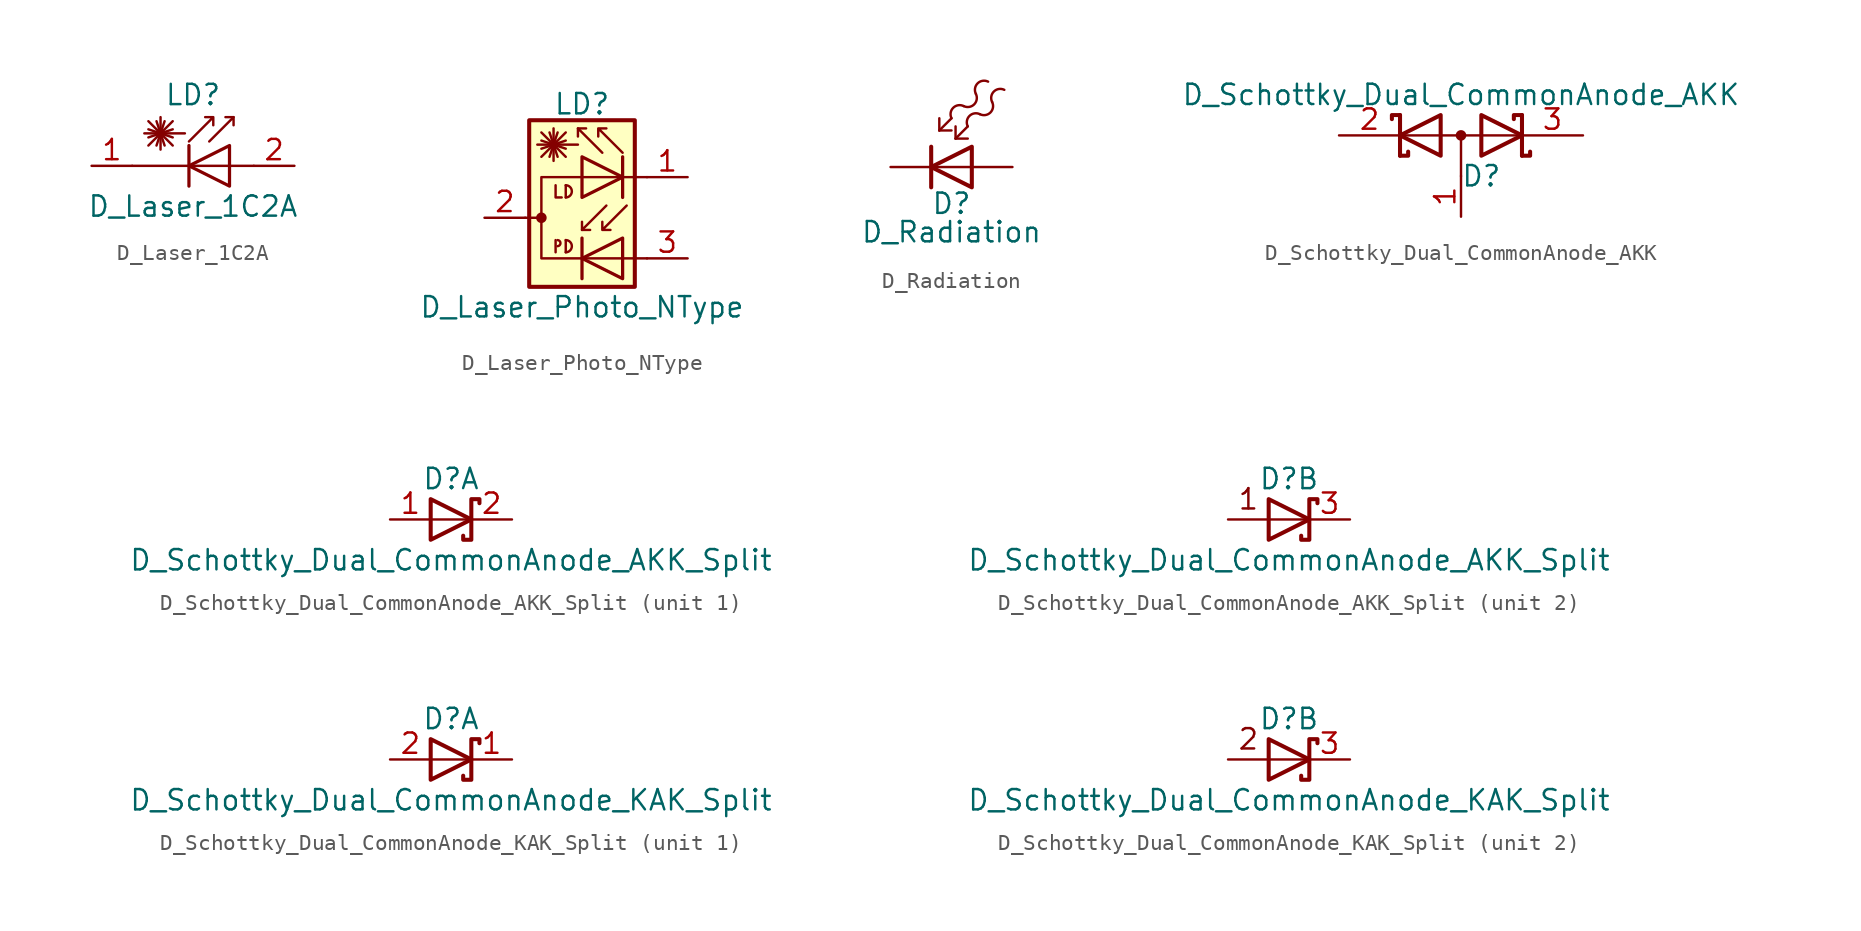
<source format=kicad_sym>
(kicad_symbol_lib
  (version 20220914)
  (generator kicad_symbol_editor)
  (symbol "D_Laser_1C2A"
    (pin_names
      (offset 1.016) hide)
    (property "Reference" "LD"
      (at -1.27 4.445 0)
      (effects (font (size 1.27 1.27))))
    (property "Value" "D_Laser_1C2A"
      (at -1.27 -2.54 0)
      (effects (font (size 1.27 1.27))))
    (symbol "D_Laser_1C2A_0_1"
      (polyline (pts (xy -4.064 1.27) (xy -2.54 2.794)) (stroke (width 0) (type default)) (fill (type none)))
      (polyline (pts (xy -4.064 1.778) (xy -2.54 2.286)) (stroke (width 0) (type default)) (fill (type none)))
      (polyline (pts (xy -4.064 2.286) (xy -2.54 1.778)) (stroke (width 0) (type default)) (fill (type none)))
      (polyline (pts (xy -4.064 2.794) (xy -2.54 1.27)) (stroke (width 0) (type default)) (fill (type none)))
      (polyline (pts (xy -3.556 2.794) (xy -3.048 1.27)) (stroke (width 0) (type default)) (fill (type none)))
      (polyline (pts (xy -3.302 2.032) (xy -3.302 1.016)) (stroke (width 0) (type default)) (fill (type none)))
      (polyline (pts (xy -3.302 2.032) (xy -3.302 3.048)) (stroke (width 0) (type default)) (fill (type none)))
      (polyline (pts (xy -3.048 2.794) (xy -3.556 1.27)) (stroke (width 0) (type default)) (fill (type none)))
      (polyline (pts (xy -1.778 2.032) (xy -4.318 2.032)) (stroke (width 0) (type default)) (fill (type none)))
      (polyline (pts (xy -1.524 1.27) (xy -1.524 -1.27)) (stroke (width 0.203) (type default)) (fill (type none)))
      (polyline (pts (xy 1.27 3.048) (xy 0.762 3.048)) (stroke (width 0) (type default)) (fill (type none)))
      (polyline (pts (xy 2.54 0) (xy -5.08 0)) (stroke (width 0) (type default)) (fill (type none)))
      (polyline (pts (xy -0.254 1.524) (xy 1.27 3.048) (xy 1.27 2.54)) (stroke (width 0) (type default)) (fill (type none)))
      (polyline (pts (xy 1.016 1.27) (xy 1.016 -1.27) (xy -1.524 0) (xy 1.016 1.27)) (stroke (width 0.203) (type default)) (fill (type none)))
      (polyline (pts (xy -1.524 1.524) (xy 0 3.048) (xy 0 2.54) (xy 0 3.048) (xy -0.508 3.048)) (stroke (width 0) (type default)) (fill (type none))))
    (symbol "D_Laser_1C2A_1_1"
      (pin passive line (at -7.62 0 0) (length 2.54) (name "K" (effects (font (size 1.27 1.27)))) (number "1" (effects (font (size 1.27 1.27)))))
      (pin passive line (at 5.08 0 180) (length 2.54) (name "A" (effects (font (size 1.27 1.27)))) (number "2" (effects (font (size 1.27 1.27)))))))
  (symbol "D_Laser_Photo_NType"
    (pin_names hide)
    (property "Reference" "LD"
      (at 1.016 7.112 0)
      (effects (font (size 1.27 1.27))))
    (property "Value" "D_Laser_Photo_NType"
      (at 1.016 -5.588 0)
      (effects (font (size 1.27 1.27))))
    (symbol "D_Laser_Photo_NType_0_1"
      (circle (center -1.524 0) (radius 0.254) (stroke (width 0) (type default)) (fill (type outline)))
      (arc (start -0.508 -1.778) (mid -0.3302 -1.6002) (end -0.508 -1.397) (stroke (width 0) (type default)) (fill (type none)))
      (arc (start 0 -2.159) (mid 0.3794 -1.778) (end 0 -1.397) (stroke (width 0) (type default)) (fill (type none)))
      (polyline (pts (xy -2.54 0) (xy -1.524 0)) (stroke (width 0) (type default)) (fill (type none)))
      (polyline (pts (xy -1.524 3.81) (xy 0 5.334)) (stroke (width 0) (type default)) (fill (type none)))
      (polyline (pts (xy -1.524 4.318) (xy 0 4.826)) (stroke (width 0) (type default)) (fill (type none)))
      (polyline (pts (xy -1.524 4.826) (xy 0 4.318)) (stroke (width 0) (type default)) (fill (type none)))
      (polyline (pts (xy -1.524 5.334) (xy 0 3.81)) (stroke (width 0) (type default)) (fill (type none)))
      (polyline (pts (xy -1.016 5.334) (xy -0.508 3.81)) (stroke (width 0) (type default)) (fill (type none)))
      (polyline (pts (xy -0.762 4.572) (xy -0.762 3.556)) (stroke (width 0) (type default)) (fill (type none)))
      (polyline (pts (xy -0.762 4.572) (xy -0.762 5.588)) (stroke (width 0) (type default)) (fill (type none)))
      (polyline (pts (xy -0.635 -1.397) (xy -0.635 -2.159)) (stroke (width 0) (type default)) (fill (type none)))
      (polyline (pts (xy -0.508 5.334) (xy -1.016 3.81)) (stroke (width 0) (type default)) (fill (type none)))
      (polyline (pts (xy 0 -1.397) (xy 0 -2.159)) (stroke (width 0) (type default)) (fill (type none)))
      (polyline (pts (xy 0 2.032) (xy 0 1.27)) (stroke (width 0) (type default)) (fill (type none)))
      (polyline (pts (xy 0.762 4.572) (xy -1.778 4.572)) (stroke (width 0) (type default)) (fill (type none)))
      (polyline (pts (xy 0.762 5.588) (xy 1.27 5.588)) (stroke (width 0) (type default)) (fill (type none)))
      (polyline (pts (xy 1.016 -1.27) (xy 1.016 -3.81)) (stroke (width 0.203) (type default)) (fill (type none)))
      (polyline (pts (xy 1.016 -0.762) (xy 1.524 -0.762)) (stroke (width 0) (type default)) (fill (type none)))
      (polyline (pts (xy 3.556 3.81) (xy 3.556 1.27)) (stroke (width 0.203) (type default)) (fill (type none)))
      (polyline (pts (xy -0.635 2.032) (xy -0.635 1.27) (xy -0.254 1.27)) (stroke (width 0) (type default)) (fill (type none)))
      (polyline (pts (xy 2.286 4.064) (xy 0.762 5.588) (xy 0.762 5.08)) (stroke (width 0) (type default)) (fill (type none)))
      (polyline (pts (xy 2.54 0.762) (xy 1.016 -0.762) (xy 1.016 -0.254)) (stroke (width 0) (type default)) (fill (type none)))
      (polyline (pts (xy 3.556 -1.27) (xy 3.556 -3.81) (xy 1.016 -2.54) (xy 3.556 -1.27)) (stroke (width 0.203) (type default)) (fill (type none)))
      (polyline (pts (xy 5.08 2.54) (xy -1.524 2.54) (xy -1.524 -2.54) (xy 5.08 -2.54)) (stroke (width 0) (type default)) (fill (type none)))
      (polyline (pts (xy 3.556 4.064) (xy 2.032 5.588) (xy 2.032 5.08) (xy 2.032 5.588) (xy 2.54 5.588)) (stroke (width 0) (type default)) (fill (type none)))
      (polyline (pts (xy 3.81 0.762) (xy 2.286 -0.762) (xy 2.286 -0.254) (xy 2.286 -0.762) (xy 2.794 -0.762)) (stroke (width 0) (type default)) (fill (type none)))
      (arc (start 0 1.27) (mid 0.3794 1.651) (end 0 2.032) (stroke (width 0) (type default)) (fill (type none)))
      (rectangle (start 4.318 6.096) (end -2.286 -4.318) (stroke (width 0.254) (type default)) (fill (type background))))
    (symbol "D_Laser_Photo_NType_1_1"
      (polyline (pts (xy 1.016 3.81) (xy 1.016 1.27) (xy 3.556 2.54) (xy 1.016 3.81)) (stroke (width 0.203) (type default)) (fill (type none)))
      (pin passive line (at 7.62 2.54 180) (length 2.54) (name "~" (effects (font (size 1.27 1.27)))) (number "1" (effects (font (size 1.27 1.27)))))
      (pin passive line (at -5.08 0 0) (length 2.54) (name "~" (effects (font (size 1.27 1.27)))) (number "2" (effects (font (size 1.27 1.27)))))
      (pin passive line (at 7.62 -2.54 180) (length 2.54) (name "~" (effects (font (size 1.27 1.27)))) (number "3" (effects (font (size 1.27 1.27)))))))
  (symbol "D_Radiation"
    (pin_numbers hide)
    (pin_names
      (offset 1.016) hide)
    (property "Reference" "D"
      (at -1.27 -2.286 0)
      (effects (font (size 1.27 1.27))))
    (property "Value" "D_Radiation"
      (at -1.27 -4.064 0)
      (effects (font (size 1.27 1.27))))
    (symbol "D_Radiation_0_1"
      (arc (start -0.508 3.81) (mid -1.1636 3.7036) (end -1.27 3.048) (stroke (width 0) (type default)) (fill (type none)))
      (arc (start -0.508 3.81) (mid 0.1476 3.9164) (end 0.254 4.572) (stroke (width 0) (type default)) (fill (type none)))
      (polyline (pts (xy -2.54 1.27) (xy -2.54 -1.27)) (stroke (width 0.254) (type default)) (fill (type none)))
      (polyline (pts (xy -2.032 2.286) (xy -1.27 2.286)) (stroke (width 0) (type default)) (fill (type none)))
      (polyline (pts (xy -2.032 2.286) (xy -1.27 3.048)) (stroke (width 0) (type default)) (fill (type none)))
      (polyline (pts (xy -2.032 3.048) (xy -2.032 2.286)) (stroke (width 0) (type default)) (fill (type none)))
      (polyline (pts (xy -1.016 1.778) (xy -0.254 1.778)) (stroke (width 0) (type default)) (fill (type none)))
      (polyline (pts (xy -1.016 1.778) (xy -0.254 2.54)) (stroke (width 0) (type default)) (fill (type none)))
      (polyline (pts (xy -1.016 2.54) (xy -1.016 1.778)) (stroke (width 0) (type default)) (fill (type none)))
      (polyline (pts (xy 0 0) (xy -2.54 0)) (stroke (width 0) (type default)) (fill (type none)))
      (polyline (pts (xy 0 1.27) (xy 0 -1.27) (xy -2.54 0) (xy 0 1.27)) (stroke (width 0.254) (type default)) (fill (type none)))
      (arc (start 0.508 3.302) (mid -0.1476 3.1956) (end -0.254 2.54) (stroke (width 0) (type default)) (fill (type none)))
      (arc (start 0.508 3.302) (mid 1.1636 3.4084) (end 1.27 4.064) (stroke (width 0) (type default)) (fill (type none)))
      (arc (start 1.016 5.334) (mid 0.3604 5.2276) (end 0.254 4.572) (stroke (width 0) (type default)) (fill (type none)))
      (arc (start 2.032 4.826) (mid 1.3764 4.7196) (end 1.27 4.064) (stroke (width 0) (type default)) (fill (type none))))
    (symbol "D_Radiation_1_1"
      (pin passive line (at -5.08 0 0) (length 2.54) (name "K" (effects (font (size 1.27 1.27)))) (number "1" (effects (font (size 1.27 1.27)))))
      (pin passive line (at 2.54 0 180) (length 2.54) (name "A" (effects (font (size 1.27 1.27)))) (number "2" (effects (font (size 1.27 1.27)))))))
  (symbol "D_Schottky_Dual_CommonAnode_AKK"
    (pin_names
      (offset 0.762) hide)
    (property "Reference" "D"
      (at 1.27 -2.54 0)
      (effects (font (size 1.27 1.27))))
    (property "Value" "D_Schottky_Dual_CommonAnode_AKK"
      (at 0 2.54 0)
      (effects (font (size 1.27 1.27))))
    (symbol "D_Schottky_Dual_CommonAnode_AKK_0_1"
      (polyline (pts (xy -3.556 0) (xy 3.81 0)) (stroke (width 0) (type default)) (fill (type none)))
      (polyline (pts (xy 0 0) (xy 0 -2.54)) (stroke (width 0) (type default)) (fill (type none)))
      (polyline (pts (xy -3.81 1.27) (xy -3.81 -1.27) (xy -3.81 -1.27)) (stroke (width 0.254) (type default)) (fill (type none)))
      (polyline (pts (xy 3.81 1.27) (xy 3.81 -1.27) (xy 3.81 -1.27)) (stroke (width 0.254) (type default)) (fill (type none)))
      (polyline (pts (xy -3.81 1.27) (xy -4.318 1.27) (xy -4.318 1.016) (xy -4.318 1.016)) (stroke (width 0.254) (type default)) (fill (type none)))
      (polyline (pts (xy 3.81 -1.27) (xy 4.318 -1.27) (xy 4.318 -1.016) (xy 4.318 -1.016)) (stroke (width 0.254) (type default)) (fill (type none)))
      (polyline (pts (xy 3.81 1.27) (xy 3.302 1.27) (xy 3.302 1.016) (xy 3.302 1.016)) (stroke (width 0.254) (type default)) (fill (type none)))
      (polyline (pts (xy -3.302 -1.016) (xy -3.302 -1.27) (xy -3.81 -1.27) (xy -3.81 -1.27) (xy -3.81 -1.27)) (stroke (width 0.254) (type default)) (fill (type none)))
      (polyline (pts (xy -1.27 -1.27) (xy -3.81 0) (xy -1.27 1.27) (xy -1.27 -1.27) (xy -1.27 -1.27) (xy -1.27 -1.27)) (stroke (width 0.254) (type default)) (fill (type none)))
      (polyline (pts (xy 1.27 1.27) (xy 3.81 0) (xy 1.27 -1.27) (xy 1.27 1.27) (xy 1.27 1.27) (xy 1.27 1.27)) (stroke (width 0.254) (type default)) (fill (type none)))
      (circle (center 0 0) (radius 0.254) (stroke (width 0) (type default)) (fill (type outline)))
      (pin passive line (at 0 -5.08 90) (length 2.54) (name "A" (effects (font (size 1.27 1.27)))) (number "1" (effects (font (size 1.27 1.27)))))
      (pin passive line (at -7.62 0 0) (length 3.81) (name "K" (effects (font (size 1.27 1.27)))) (number "2" (effects (font (size 1.27 1.27)))))
      (pin passive line (at 7.62 0 180) (length 3.81) (name "K" (effects (font (size 1.27 1.27)))) (number "3" (effects (font (size 1.27 1.27)))))))
  (symbol "D_Schottky_Dual_CommonAnode_AKK_Split"
    (pin_names
      (offset 0.762) hide)
    (property "Reference" "D"
      (at 0 2.54 0)
      (effects (font (size 1.27 1.27))))
    (property "Value" "D_Schottky_Dual_CommonAnode_AKK_Split"
      (at 0 -2.54 0)
      (effects (font (size 1.27 1.27))))
    (property "ki_locked" ""
      (at 0 0 0)
      (effects (font (size 1.27 1.27))))
    (symbol "D_Schottky_Dual_CommonAnode_AKK_Split_0_1"
      (polyline (pts (xy -1.27 1.27) (xy 1.27 0) (xy -1.27 -1.27) (xy -1.27 1.27) (xy -1.27 1.27) (xy -1.27 1.27)) (stroke (width 0.254) (type default)) (fill (type none)))
      (polyline (pts (xy 1.778 1.016) (xy 1.778 1.27) (xy 1.27 1.27) (xy 1.27 -1.27) (xy 0.762 -1.27) (xy 0.762 -1.016)) (stroke (width 0.254) (type default)) (fill (type none))))
    (symbol "D_Schottky_Dual_CommonAnode_AKK_Split_1_1"
      (polyline (pts (xy 1.27 0) (xy -1.27 0)) (stroke (width 0) (type default)) (fill (type none)))
      (pin passive line (at -3.81 0 0) (length 2.54) (name "A" (effects (font (size 1.27 1.27)))) (number "1" (effects (font (size 1.27 1.27)))))
      (pin passive line (at 3.81 0 180) (length 2.54) (name "K" (effects (font (size 1.27 1.27)))) (number "2" (effects (font (size 1.27 1.27))))))
    (symbol "D_Schottky_Dual_CommonAnode_AKK_Split_2_0"
      (polyline (pts (xy 1.27 0) (xy -3.81 0)) (stroke (width 0) (type default)) (fill (type none)))
      (text "1" (at -2.54 1.27 0) (effects (font (size 1.27 1.27)))))
    (symbol "D_Schottky_Dual_CommonAnode_AKK_Split_2_1"
      (pin passive line (at 3.81 0 180) (length 2.54) (name "K" (effects (font (size 1.27 1.27)))) (number "3" (effects (font (size 1.27 1.27)))))))
  (symbol "D_Schottky_Dual_CommonAnode_KAK_Split"
    (pin_names
      (offset 0.762) hide)
    (property "Reference" "D"
      (at 0 2.54 0)
      (effects (font (size 1.27 1.27))))
    (property "Value" "D_Schottky_Dual_CommonAnode_KAK_Split"
      (at 0 -2.54 0)
      (effects (font (size 1.27 1.27))))
    (property "ki_locked" ""
      (at 0 0 0)
      (effects (font (size 1.27 1.27))))
    (symbol "D_Schottky_Dual_CommonAnode_KAK_Split_0_1"
      (polyline (pts (xy -1.27 1.27) (xy 1.27 0) (xy -1.27 -1.27) (xy -1.27 1.27) (xy -1.27 1.27) (xy -1.27 1.27)) (stroke (width 0.254) (type default)) (fill (type none)))
      (polyline (pts (xy 1.778 1.016) (xy 1.778 1.27) (xy 1.27 1.27) (xy 1.27 -1.27) (xy 0.762 -1.27) (xy 0.762 -1.016)) (stroke (width 0.254) (type default)) (fill (type none))))
    (symbol "D_Schottky_Dual_CommonAnode_KAK_Split_1_1"
      (polyline (pts (xy 1.27 0) (xy -1.27 0)) (stroke (width 0) (type default)) (fill (type none)))
      (pin passive line (at 3.81 0 180) (length 2.54) (name "K" (effects (font (size 1.27 1.27)))) (number "1" (effects (font (size 1.27 1.27)))))
      (pin passive line (at -3.81 0 0) (length 2.54) (name "A" (effects (font (size 1.27 1.27)))) (number "2" (effects (font (size 1.27 1.27))))))
    (symbol "D_Schottky_Dual_CommonAnode_KAK_Split_2_0"
      (polyline (pts (xy 1.27 0) (xy -3.81 0)) (stroke (width 0) (type default)) (fill (type none)))
      (text "2" (at -2.54 1.27 0) (effects (font (size 1.27 1.27)))))
    (symbol "D_Schottky_Dual_CommonAnode_KAK_Split_2_1"
      (pin passive line (at 3.81 0 180) (length 2.54) (name "K" (effects (font (size 1.27 1.27)))) (number "3" (effects (font (size 1.27 1.27))))))))
</source>
